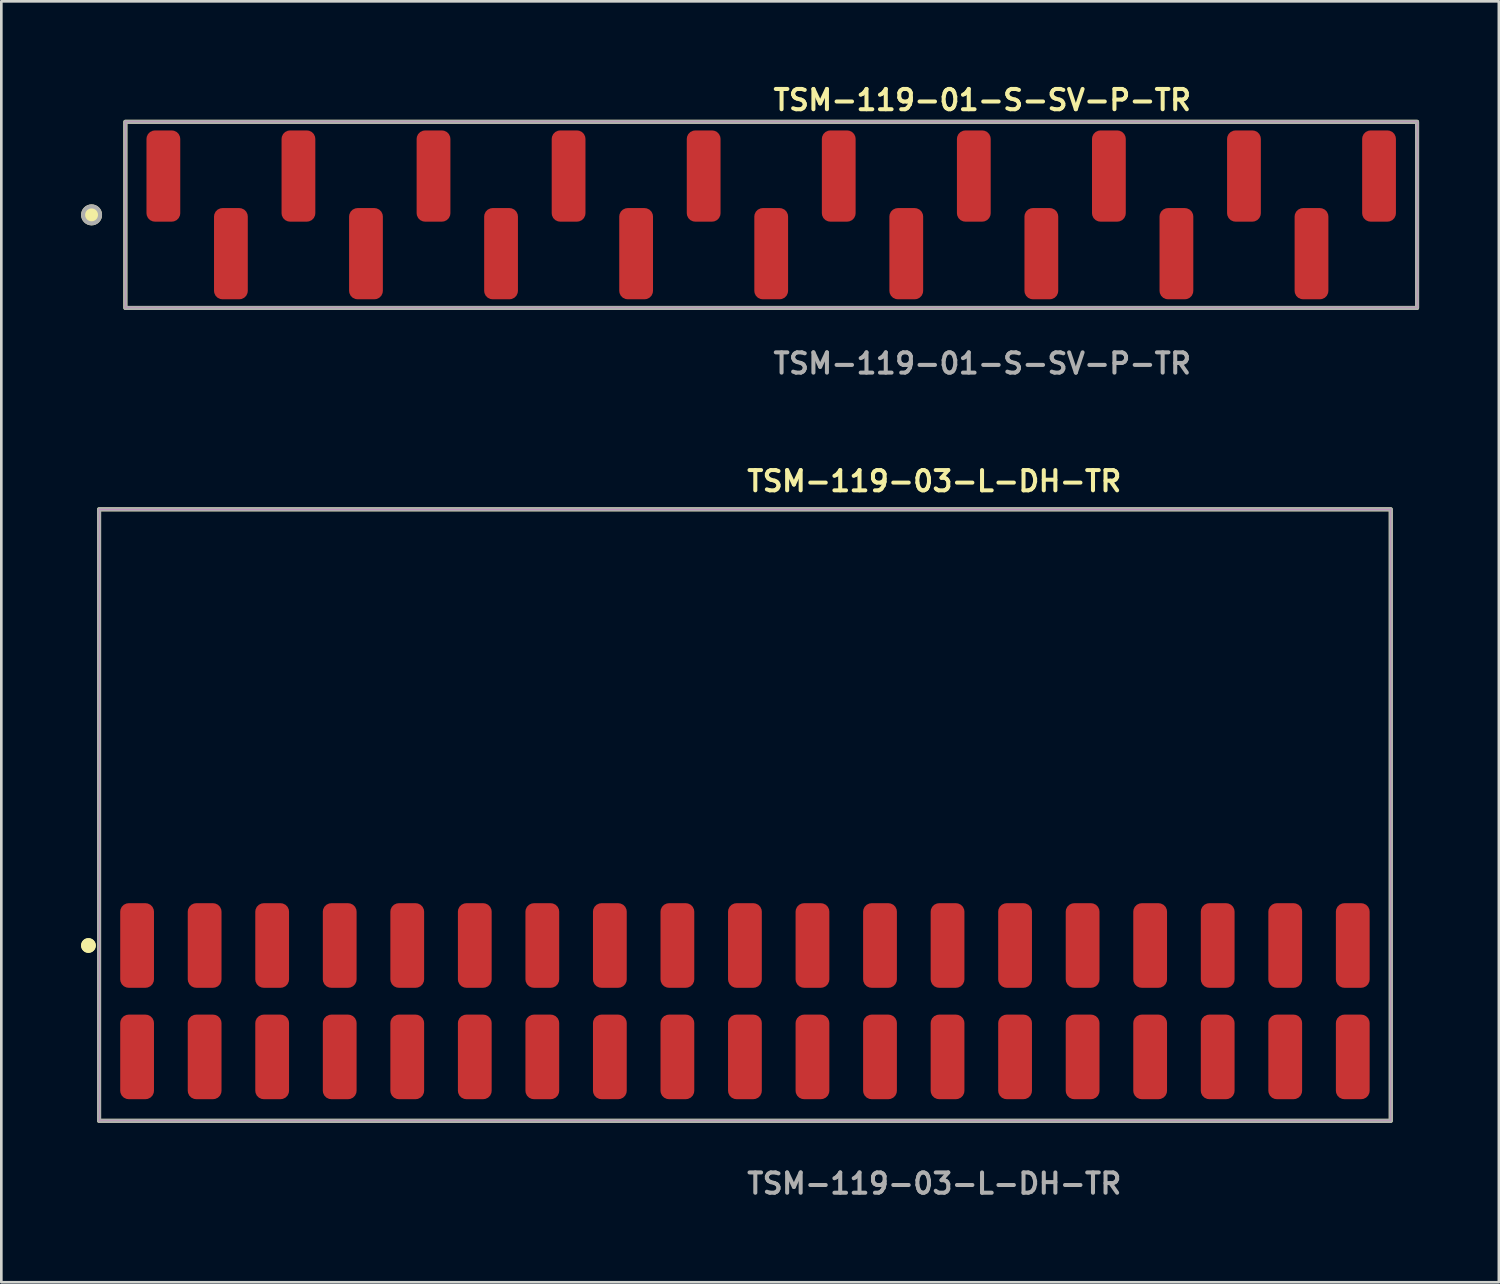
<source format=kicad_pcb>
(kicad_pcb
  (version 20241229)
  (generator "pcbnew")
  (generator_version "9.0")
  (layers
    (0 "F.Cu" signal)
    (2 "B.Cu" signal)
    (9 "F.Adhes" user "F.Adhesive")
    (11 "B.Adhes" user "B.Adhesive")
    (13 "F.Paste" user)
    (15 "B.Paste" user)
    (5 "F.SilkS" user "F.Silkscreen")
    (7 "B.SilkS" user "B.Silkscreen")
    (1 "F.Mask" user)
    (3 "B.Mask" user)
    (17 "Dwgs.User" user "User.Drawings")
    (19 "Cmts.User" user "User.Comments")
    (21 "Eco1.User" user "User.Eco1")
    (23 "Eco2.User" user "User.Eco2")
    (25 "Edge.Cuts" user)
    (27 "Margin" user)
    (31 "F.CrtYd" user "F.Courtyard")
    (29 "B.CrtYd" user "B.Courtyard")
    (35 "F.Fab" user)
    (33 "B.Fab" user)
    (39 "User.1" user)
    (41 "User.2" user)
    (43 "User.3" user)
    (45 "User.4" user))
  (footprint "TSM-119-03-L-DH-TR"
    (layer "F.Cu")
    (at 24.966 34.604)
    (property "Reference" "TSM-119-03-L-DH-TR" (at 0 -19.558 0) (unlocked yes) (layer "F.SilkS") (effects (font (size 0.762 0.762) (thickness 0.152)) (justify left)))
    (fp_rect (start -24.29 4.5) (end 24.29 -18.5) (stroke (width 0.152) (type solid)) (fill no) (layer "F.SilkS"))
    (fp_circle (center -24.69 -2.095) (end -24.89 -2.095) (stroke (width 0.152) (type solid)) (fill yes) (layer "F.SilkS"))
    (fp_circle (center -24.69 -2.095) (end -24.89 -2.095) (stroke (width 0.152) (type solid)) (fill yes) (layer "F.SilkS"))
    (fp_rect (start -24.29 4.5) (end 24.29 -18.5) (stroke (width 0.006) (type solid)) (fill no) (layer "F.CrtYd"))
    (fp_rect (start -24.29 4.5) (end 24.29 -18.5) (stroke (width 0.152) (type solid)) (fill no) (layer "F.Fab"))
    (fp_text user "${REFERENCE}" (at 0 6.858 0) (unlocked yes) (layer "F.Fab") (effects (font (size 0.762 0.762) (thickness 0.152)) (justify left)))
    (pad "1" smd roundrect (at -22.86 2.095) (size 1.27 3.18) (layers "F.Cu" "F.Paste") (roundrect_rratio 0.25))
    (pad "2" smd roundrect (at -22.86 -2.095) (size 1.27 3.18) (layers "F.Cu" "F.Paste") (roundrect_rratio 0.25))
    (pad "3" smd roundrect (at -20.32 2.095) (size 1.27 3.18) (layers "F.Cu" "F.Paste") (roundrect_rratio 0.25))
    (pad "4" smd roundrect (at -20.32 -2.095) (size 1.27 3.18) (layers "F.Cu" "F.Paste") (roundrect_rratio 0.25))
    (pad "5" smd roundrect (at -17.78 2.095) (size 1.27 3.18) (layers "F.Cu" "F.Paste") (roundrect_rratio 0.25))
    (pad "6" smd roundrect (at -17.78 -2.095) (size 1.27 3.18) (layers "F.Cu" "F.Paste") (roundrect_rratio 0.25))
    (pad "7" smd roundrect (at -15.24 2.095) (size 1.27 3.18) (layers "F.Cu" "F.Paste") (roundrect_rratio 0.25))
    (pad "8" smd roundrect (at -15.24 -2.095) (size 1.27 3.18) (layers "F.Cu" "F.Paste") (roundrect_rratio 0.25))
    (pad "9" smd roundrect (at -12.7 2.095) (size 1.27 3.18) (layers "F.Cu" "F.Paste") (roundrect_rratio 0.25))
    (pad "10" smd roundrect (at -12.7 -2.095) (size 1.27 3.18) (layers "F.Cu" "F.Paste") (roundrect_rratio 0.25))
    (pad "11" smd roundrect (at -10.16 2.095) (size 1.27 3.18) (layers "F.Cu" "F.Paste") (roundrect_rratio 0.25))
    (pad "12" smd roundrect (at -10.16 -2.095) (size 1.27 3.18) (layers "F.Cu" "F.Paste") (roundrect_rratio 0.25))
    (pad "13" smd roundrect (at -7.62 2.095) (size 1.27 3.18) (layers "F.Cu" "F.Paste") (roundrect_rratio 0.25))
    (pad "14" smd roundrect (at -7.62 -2.095) (size 1.27 3.18) (layers "F.Cu" "F.Paste") (roundrect_rratio 0.25))
    (pad "15" smd roundrect (at -5.08 2.095) (size 1.27 3.18) (layers "F.Cu" "F.Paste") (roundrect_rratio 0.25))
    (pad "16" smd roundrect (at -5.08 -2.095) (size 1.27 3.18) (layers "F.Cu" "F.Paste") (roundrect_rratio 0.25))
    (pad "17" smd roundrect (at -2.54 2.095) (size 1.27 3.18) (layers "F.Cu" "F.Paste") (roundrect_rratio 0.25))
    (pad "18" smd roundrect (at -2.54 -2.095) (size 1.27 3.18) (layers "F.Cu" "F.Paste") (roundrect_rratio 0.25))
    (pad "19" smd roundrect (at 0 2.095) (size 1.27 3.18) (layers "F.Cu" "F.Paste") (roundrect_rratio 0.25))
    (pad "20" smd roundrect (at 0 -2.095) (size 1.27 3.18) (layers "F.Cu" "F.Paste") (roundrect_rratio 0.25))
    (pad "21" smd roundrect (at 2.54 2.095) (size 1.27 3.18) (layers "F.Cu" "F.Paste") (roundrect_rratio 0.25))
    (pad "22" smd roundrect (at 2.54 -2.095) (size 1.27 3.18) (layers "F.Cu" "F.Paste") (roundrect_rratio 0.25))
    (pad "23" smd roundrect (at 5.08 2.095) (size 1.27 3.18) (layers "F.Cu" "F.Paste") (roundrect_rratio 0.25))
    (pad "24" smd roundrect (at 5.08 -2.095) (size 1.27 3.18) (layers "F.Cu" "F.Paste") (roundrect_rratio 0.25))
    (pad "25" smd roundrect (at 7.62 2.095) (size 1.27 3.18) (layers "F.Cu" "F.Paste") (roundrect_rratio 0.25))
    (pad "26" smd roundrect (at 7.62 -2.095) (size 1.27 3.18) (layers "F.Cu" "F.Paste") (roundrect_rratio 0.25))
    (pad "27" smd roundrect (at 10.16 2.095) (size 1.27 3.18) (layers "F.Cu" "F.Paste") (roundrect_rratio 0.25))
    (pad "28" smd roundrect (at 10.16 -2.095) (size 1.27 3.18) (layers "F.Cu" "F.Paste") (roundrect_rratio 0.25))
    (pad "29" smd roundrect (at 12.7 2.095) (size 1.27 3.18) (layers "F.Cu" "F.Paste") (roundrect_rratio 0.25))
    (pad "30" smd roundrect (at 12.7 -2.095) (size 1.27 3.18) (layers "F.Cu" "F.Paste") (roundrect_rratio 0.25))
    (pad "31" smd roundrect (at 15.24 2.095) (size 1.27 3.18) (layers "F.Cu" "F.Paste") (roundrect_rratio 0.25))
    (pad "32" smd roundrect (at 15.24 -2.095) (size 1.27 3.18) (layers "F.Cu" "F.Paste") (roundrect_rratio 0.25))
    (pad "33" smd roundrect (at 17.78 2.095) (size 1.27 3.18) (layers "F.Cu" "F.Paste") (roundrect_rratio 0.25))
    (pad "34" smd roundrect (at 17.78 -2.095) (size 1.27 3.18) (layers "F.Cu" "F.Paste") (roundrect_rratio 0.25))
    (pad "35" smd roundrect (at 20.32 2.095) (size 1.27 3.18) (layers "F.Cu" "F.Paste") (roundrect_rratio 0.25))
    (pad "36" smd roundrect (at 20.32 -2.095) (size 1.27 3.18) (layers "F.Cu" "F.Paste") (roundrect_rratio 0.25))
    (pad "37" smd roundrect (at 22.86 2.095) (size 1.27 3.18) (layers "F.Cu" "F.Paste") (roundrect_rratio 0.25))
    (pad "38" smd roundrect (at 22.86 -2.095) (size 1.27 3.18) (layers "F.Cu" "F.Paste") (roundrect_rratio 0.25)))
  (footprint "TSM-119-01-S-SV-P-TR"
    (layer "F.Cu")
    (at 25.954 5.031)
    (property "Reference" "TSM-119-01-S-SV-P-TR" (at 0 -4.318 0) (unlocked yes) (layer "F.SilkS") (effects (font (size 0.762 0.762) (thickness 0.152)) (justify left)))
    (fp_rect (start -24.29 3.5) (end 24.29 -3.5) (stroke (width 0.152) (type solid)) (fill no) (layer "F.SilkS"))
    (fp_circle (center -25.56 0) (end -25.878 0) (stroke (width 0.152) (type solid)) (fill yes) (layer "F.SilkS"))
    (fp_rect (start -24.29 3.5) (end 24.29 -3.5) (stroke (width 0.006) (type solid)) (fill no) (layer "F.CrtYd"))
    (fp_rect (start -24.29 3.5) (end 24.29 -3.5) (stroke (width 0.152) (type solid)) (fill no) (layer "F.Fab"))
    (fp_circle (center -25.56 0) (end -25.878 0) (stroke (width 0.152) (type solid)) (fill no) (layer "F.Fab"))
    (fp_text user "${REFERENCE}" (at 0 5.588 0) (unlocked yes) (layer "F.Fab") (effects (font (size 0.762 0.762) (thickness 0.152)) (justify left)))
    (pad "1" smd roundrect (at -22.86 -1.46) (size 1.27 3.43) (layers "F.Cu" "F.Paste") (roundrect_rratio 0.25))
    (pad "2" smd roundrect (at -20.32 1.46) (size 1.27 3.43) (layers "F.Cu" "F.Paste") (roundrect_rratio 0.25))
    (pad "3" smd roundrect (at -17.78 -1.46) (size 1.27 3.43) (layers "F.Cu" "F.Paste") (roundrect_rratio 0.25))
    (pad "4" smd roundrect (at -15.24 1.46) (size 1.27 3.43) (layers "F.Cu" "F.Paste") (roundrect_rratio 0.25))
    (pad "5" smd roundrect (at -12.7 -1.46) (size 1.27 3.43) (layers "F.Cu" "F.Paste") (roundrect_rratio 0.25))
    (pad "6" smd roundrect (at -10.16 1.46) (size 1.27 3.43) (layers "F.Cu" "F.Paste") (roundrect_rratio 0.25))
    (pad "7" smd roundrect (at -7.62 -1.46) (size 1.27 3.43) (layers "F.Cu" "F.Paste") (roundrect_rratio 0.25))
    (pad "8" smd roundrect (at -5.08 1.46) (size 1.27 3.43) (layers "F.Cu" "F.Paste") (roundrect_rratio 0.25))
    (pad "9" smd roundrect (at -2.54 -1.46) (size 1.27 3.43) (layers "F.Cu" "F.Paste") (roundrect_rratio 0.25))
    (pad "10" smd roundrect (at 0 1.46) (size 1.27 3.43) (layers "F.Cu" "F.Paste") (roundrect_rratio 0.25))
    (pad "11" smd roundrect (at 2.54 -1.46) (size 1.27 3.43) (layers "F.Cu" "F.Paste") (roundrect_rratio 0.25))
    (pad "12" smd roundrect (at 5.08 1.46) (size 1.27 3.43) (layers "F.Cu" "F.Paste") (roundrect_rratio 0.25))
    (pad "13" smd roundrect (at 7.62 -1.46) (size 1.27 3.43) (layers "F.Cu" "F.Paste") (roundrect_rratio 0.25))
    (pad "14" smd roundrect (at 10.16 1.46) (size 1.27 3.43) (layers "F.Cu" "F.Paste") (roundrect_rratio 0.25))
    (pad "15" smd roundrect (at 12.7 -1.46) (size 1.27 3.43) (layers "F.Cu" "F.Paste") (roundrect_rratio 0.25))
    (pad "16" smd roundrect (at 15.24 1.46) (size 1.27 3.43) (layers "F.Cu" "F.Paste") (roundrect_rratio 0.25))
    (pad "17" smd roundrect (at 17.78 -1.46) (size 1.27 3.43) (layers "F.Cu" "F.Paste") (roundrect_rratio 0.25))
    (pad "18" smd roundrect (at 20.32 1.46) (size 1.27 3.43) (layers "F.Cu" "F.Paste") (roundrect_rratio 0.25))
    (pad "19" smd roundrect (at 22.86 -1.46) (size 1.27 3.43) (layers "F.Cu" "F.Paste") (roundrect_rratio 0.25)))
  (gr_rect
    (start -3 -3)
    (end 53.32 45.175)
    (stroke (width 0.1) (type default))
    (fill no)
    (layer "Edge.Cuts")))
</source>
